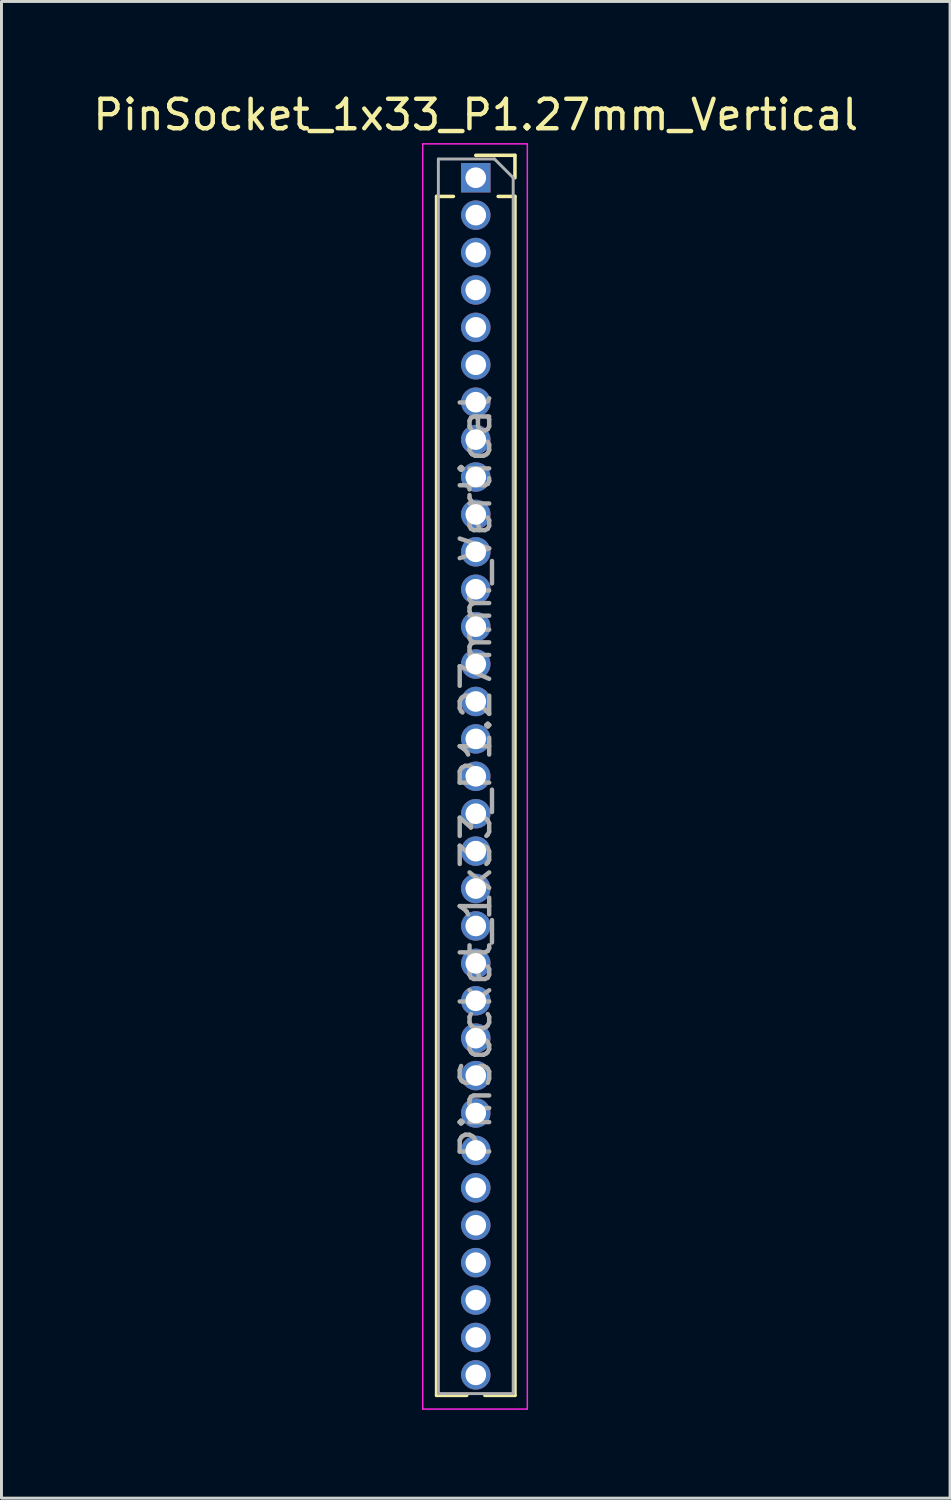
<source format=kicad_pcb>
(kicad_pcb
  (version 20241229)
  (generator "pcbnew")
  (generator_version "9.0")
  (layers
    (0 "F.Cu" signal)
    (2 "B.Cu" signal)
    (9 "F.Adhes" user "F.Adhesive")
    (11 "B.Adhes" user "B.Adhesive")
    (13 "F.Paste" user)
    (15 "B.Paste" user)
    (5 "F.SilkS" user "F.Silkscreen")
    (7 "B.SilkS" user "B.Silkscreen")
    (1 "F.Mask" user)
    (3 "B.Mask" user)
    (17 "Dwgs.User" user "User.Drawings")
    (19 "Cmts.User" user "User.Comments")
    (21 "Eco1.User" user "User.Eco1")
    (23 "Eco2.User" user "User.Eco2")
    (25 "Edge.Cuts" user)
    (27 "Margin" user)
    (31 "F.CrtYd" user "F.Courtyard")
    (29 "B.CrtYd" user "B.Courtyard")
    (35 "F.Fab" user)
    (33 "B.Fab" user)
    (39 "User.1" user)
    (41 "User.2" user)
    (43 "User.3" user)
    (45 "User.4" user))
  (footprint "PinSocket_1x33_P1.27mm_Vertical"
    (layer "F.Cu")
    (at 13.101 2.983)
    (property "Reference" "PinSocket_1x33_P1.27mm_Vertical" (at 0 -2.135 0) (layer "F.SilkS") (effects (font (size 1 1) (thickness 0.15))))
    (attr through_hole)
    (fp_line (start -1.33 0.635) (end -1.33 41.335) (stroke (width 0.12) (type solid)) (layer "F.SilkS"))
    (fp_line (start -1.33 0.635) (end -0.76 0.635) (stroke (width 0.12) (type solid)) (layer "F.SilkS"))
    (fp_line (start -1.33 41.335) (end -0.308 41.335) (stroke (width 0.12) (type solid)) (layer "F.SilkS"))
    (fp_line (start 0 -0.76) (end 1.33 -0.76) (stroke (width 0.12) (type solid)) (layer "F.SilkS"))
    (fp_line (start 0.308 41.335) (end 1.33 41.335) (stroke (width 0.12) (type solid)) (layer "F.SilkS"))
    (fp_line (start 0.76 0.635) (end 1.33 0.635) (stroke (width 0.12) (type solid)) (layer "F.SilkS"))
    (fp_line (start 1.33 -0.76) (end 1.33 0) (stroke (width 0.12) (type solid)) (layer "F.SilkS"))
    (fp_line (start 1.33 0.635) (end 1.33 41.335) (stroke (width 0.12) (type solid)) (layer "F.SilkS"))
    (fp_line (start -1.8 -1.15) (end 1.75 -1.15) (stroke (width 0.05) (type solid)) (layer "F.CrtYd"))
    (fp_line (start -1.8 41.8) (end -1.8 -1.15) (stroke (width 0.05) (type solid)) (layer "F.CrtYd"))
    (fp_line (start 1.75 -1.15) (end 1.75 41.8) (stroke (width 0.05) (type solid)) (layer "F.CrtYd"))
    (fp_line (start 1.75 41.8) (end -1.8 41.8) (stroke (width 0.05) (type solid)) (layer "F.CrtYd"))
    (fp_line (start -1.27 -0.635) (end 0.635 -0.635) (stroke (width 0.1) (type solid)) (layer "F.Fab"))
    (fp_line (start -1.27 41.275) (end -1.27 -0.635) (stroke (width 0.1) (type solid)) (layer "F.Fab"))
    (fp_line (start 0.635 -0.635) (end 1.27 0) (stroke (width 0.1) (type solid)) (layer "F.Fab"))
    (fp_line (start 1.27 0) (end 1.27 41.275) (stroke (width 0.1) (type solid)) (layer "F.Fab"))
    (fp_line (start 1.27 41.275) (end -1.27 41.275) (stroke (width 0.1) (type solid)) (layer "F.Fab"))
    (fp_text user "${REFERENCE}" (at 0 20.32 90) (layer "F.Fab") (effects (font (size 1 1) (thickness 0.15))))
    (pad "1" thru_hole rect (at 0 0) (size 1 1) (drill 0.7) (layers "*.Cu" "*.Mask"))
    (pad "2" thru_hole oval (at 0 1.27) (size 1 1) (drill 0.7) (layers "*.Cu" "*.Mask"))
    (pad "3" thru_hole oval (at 0 2.54) (size 1 1) (drill 0.7) (layers "*.Cu" "*.Mask"))
    (pad "4" thru_hole oval (at 0 3.81) (size 1 1) (drill 0.7) (layers "*.Cu" "*.Mask"))
    (pad "5" thru_hole oval (at 0 5.08) (size 1 1) (drill 0.7) (layers "*.Cu" "*.Mask"))
    (pad "6" thru_hole oval (at 0 6.35) (size 1 1) (drill 0.7) (layers "*.Cu" "*.Mask"))
    (pad "7" thru_hole oval (at 0 7.62) (size 1 1) (drill 0.7) (layers "*.Cu" "*.Mask"))
    (pad "8" thru_hole oval (at 0 8.89) (size 1 1) (drill 0.7) (layers "*.Cu" "*.Mask"))
    (pad "9" thru_hole oval (at 0 10.16) (size 1 1) (drill 0.7) (layers "*.Cu" "*.Mask"))
    (pad "10" thru_hole oval (at 0 11.43) (size 1 1) (drill 0.7) (layers "*.Cu" "*.Mask"))
    (pad "11" thru_hole oval (at 0 12.7) (size 1 1) (drill 0.7) (layers "*.Cu" "*.Mask"))
    (pad "12" thru_hole oval (at 0 13.97) (size 1 1) (drill 0.7) (layers "*.Cu" "*.Mask"))
    (pad "13" thru_hole oval (at 0 15.24) (size 1 1) (drill 0.7) (layers "*.Cu" "*.Mask"))
    (pad "14" thru_hole oval (at 0 16.51) (size 1 1) (drill 0.7) (layers "*.Cu" "*.Mask"))
    (pad "15" thru_hole oval (at 0 17.78) (size 1 1) (drill 0.7) (layers "*.Cu" "*.Mask"))
    (pad "16" thru_hole oval (at 0 19.05) (size 1 1) (drill 0.7) (layers "*.Cu" "*.Mask"))
    (pad "17" thru_hole oval (at 0 20.32) (size 1 1) (drill 0.7) (layers "*.Cu" "*.Mask"))
    (pad "18" thru_hole oval (at 0 21.59) (size 1 1) (drill 0.7) (layers "*.Cu" "*.Mask"))
    (pad "19" thru_hole oval (at 0 22.86) (size 1 1) (drill 0.7) (layers "*.Cu" "*.Mask"))
    (pad "20" thru_hole oval (at 0 24.13) (size 1 1) (drill 0.7) (layers "*.Cu" "*.Mask"))
    (pad "21" thru_hole oval (at 0 25.4) (size 1 1) (drill 0.7) (layers "*.Cu" "*.Mask"))
    (pad "22" thru_hole oval (at 0 26.67) (size 1 1) (drill 0.7) (layers "*.Cu" "*.Mask"))
    (pad "23" thru_hole oval (at 0 27.94) (size 1 1) (drill 0.7) (layers "*.Cu" "*.Mask"))
    (pad "24" thru_hole oval (at 0 29.21) (size 1 1) (drill 0.7) (layers "*.Cu" "*.Mask"))
    (pad "25" thru_hole oval (at 0 30.48) (size 1 1) (drill 0.7) (layers "*.Cu" "*.Mask"))
    (pad "26" thru_hole oval (at 0 31.75) (size 1 1) (drill 0.7) (layers "*.Cu" "*.Mask"))
    (pad "27" thru_hole oval (at 0 33.02) (size 1 1) (drill 0.7) (layers "*.Cu" "*.Mask"))
    (pad "28" thru_hole oval (at 0 34.29) (size 1 1) (drill 0.7) (layers "*.Cu" "*.Mask"))
    (pad "29" thru_hole oval (at 0 35.56) (size 1 1) (drill 0.7) (layers "*.Cu" "*.Mask"))
    (pad "30" thru_hole oval (at 0 36.83) (size 1 1) (drill 0.7) (layers "*.Cu" "*.Mask"))
    (pad "31" thru_hole oval (at 0 38.1) (size 1 1) (drill 0.7) (layers "*.Cu" "*.Mask"))
    (pad "32" thru_hole oval (at 0 39.37) (size 1 1) (drill 0.7) (layers "*.Cu" "*.Mask"))
    (pad "33" thru_hole oval (at 0 40.64) (size 1 1) (drill 0.7) (layers "*.Cu" "*.Mask")))
  (gr_rect
    (start -3 -3)
    (end 29.202 47.808)
    (stroke (width 0.1) (type default))
    (fill no)
    (layer "Edge.Cuts")))
</source>
